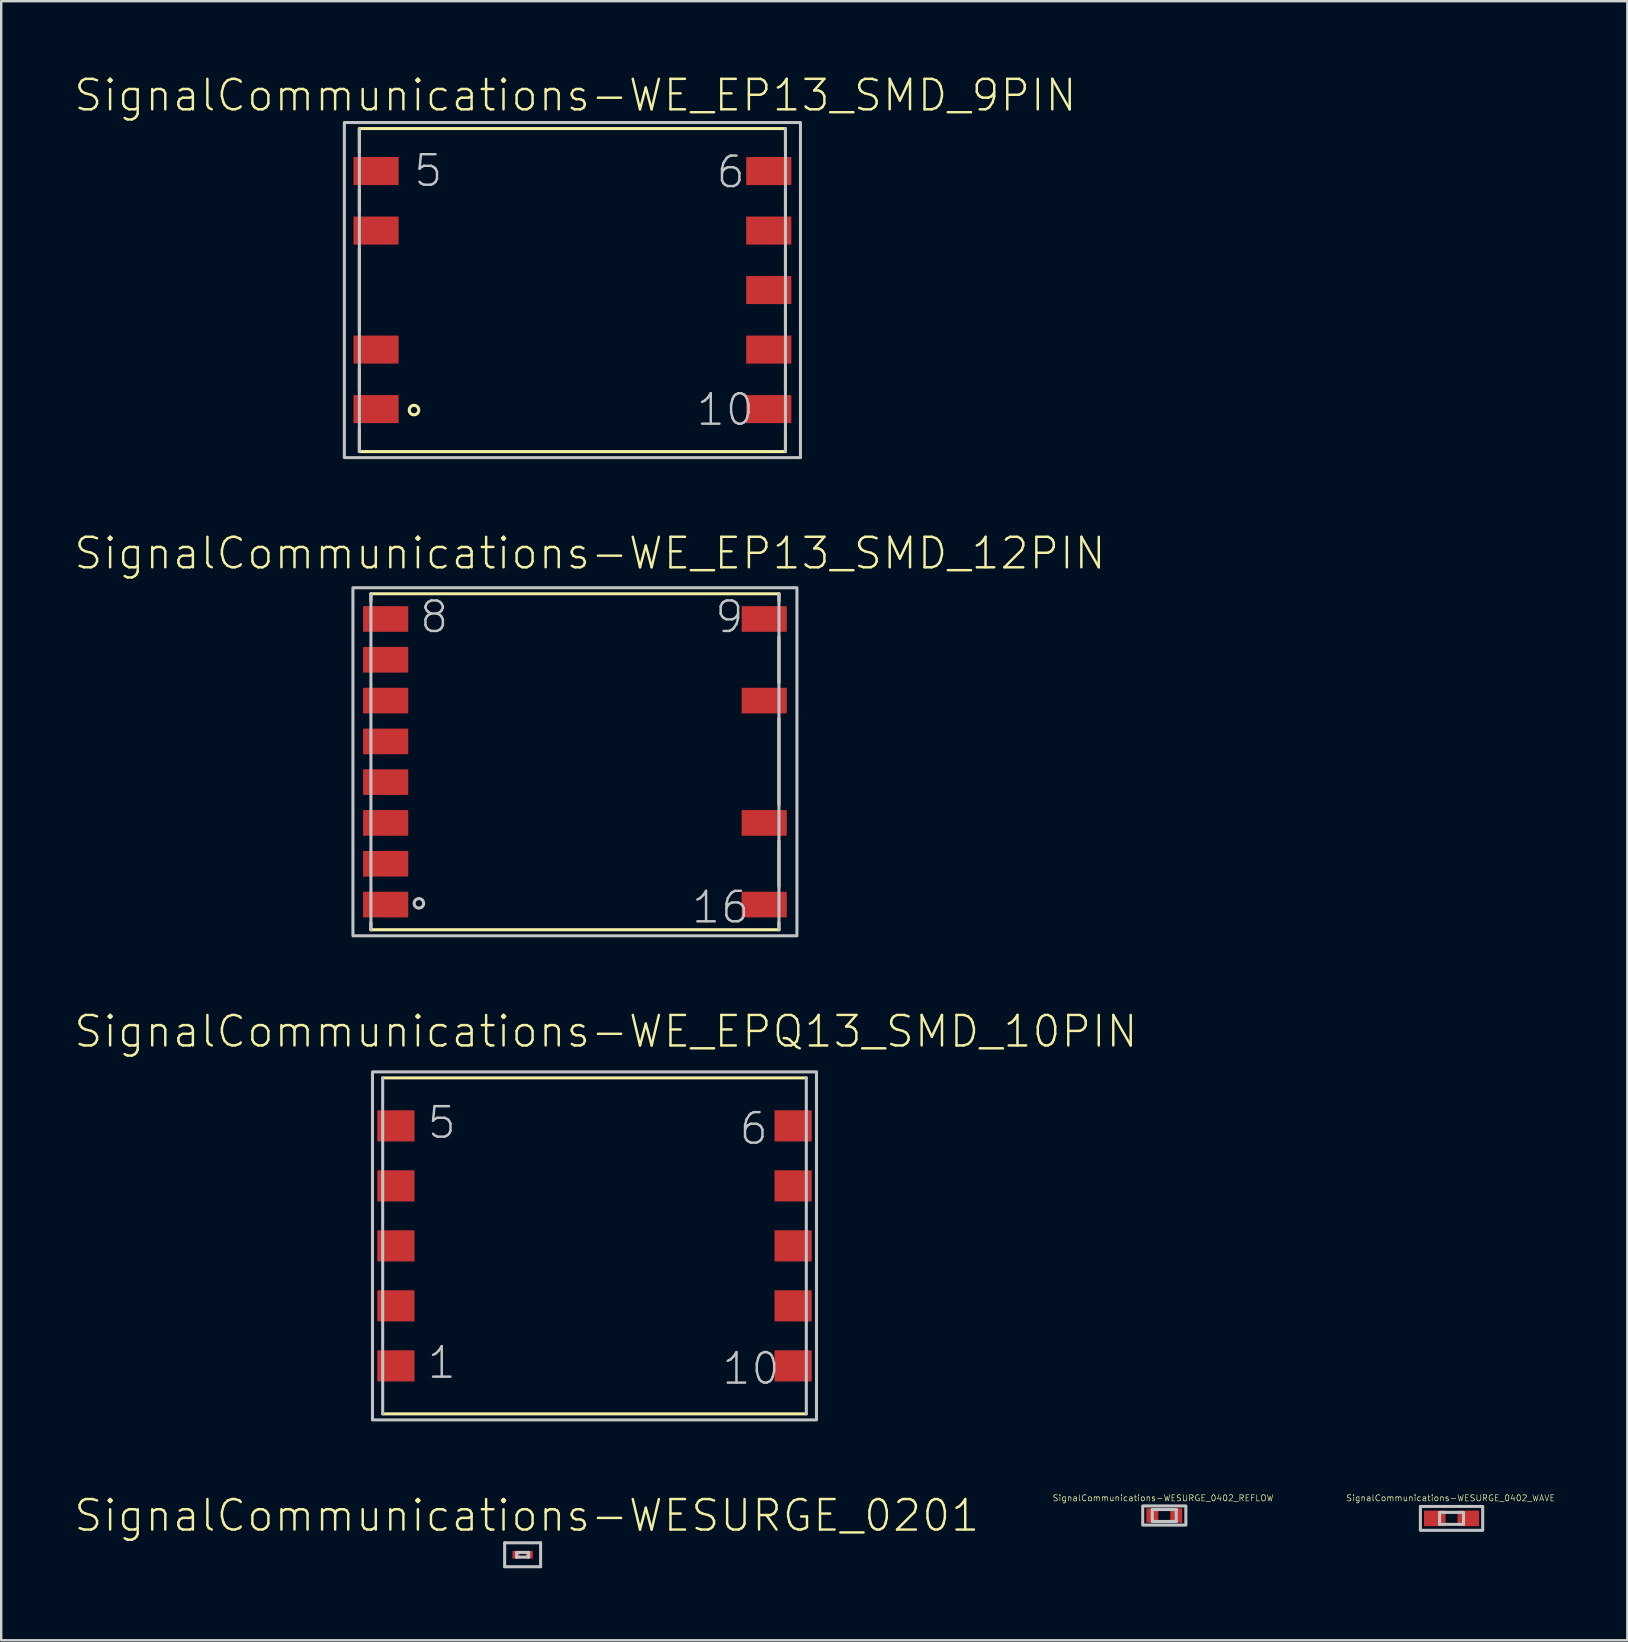
<source format=kicad_pcb>
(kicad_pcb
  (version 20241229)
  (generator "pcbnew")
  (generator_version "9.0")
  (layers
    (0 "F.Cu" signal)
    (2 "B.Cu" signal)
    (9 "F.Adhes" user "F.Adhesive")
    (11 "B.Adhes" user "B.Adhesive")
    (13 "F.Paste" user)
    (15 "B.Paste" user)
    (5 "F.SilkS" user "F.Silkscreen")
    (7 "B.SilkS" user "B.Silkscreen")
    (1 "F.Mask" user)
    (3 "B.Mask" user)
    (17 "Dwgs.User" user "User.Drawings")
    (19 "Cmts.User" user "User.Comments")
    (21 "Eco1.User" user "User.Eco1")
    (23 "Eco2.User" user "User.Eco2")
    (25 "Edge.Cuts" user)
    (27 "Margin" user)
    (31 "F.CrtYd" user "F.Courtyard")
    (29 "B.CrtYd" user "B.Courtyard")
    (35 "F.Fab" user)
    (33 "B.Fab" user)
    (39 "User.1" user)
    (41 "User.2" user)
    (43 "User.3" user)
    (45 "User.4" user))
  (footprint "SignalCommunications-WESURGE_0402_WAVE"
    (layer "F.Cu")
    (at 57.417 60.202)
    (property "Reference" "SignalCommunications-WESURGE_0402_WAVE" (at -0.038 -0.846 0) (layer "F.SilkS") (effects (font (size 0.254 0.254) (thickness 0.025))))
    (attr smd)
    (fp_line (start -0.498 -0.249) (end -0.498 0.249) (stroke (width 0.127) (type solid)) (layer "Dwgs.User"))
    (fp_line (start -0.498 -0.249) (end 0.498 -0.249) (stroke (width 0.127) (type solid)) (layer "Dwgs.User"))
    (fp_line (start -0.498 0.249) (end 0.498 0.249) (stroke (width 0.127) (type solid)) (layer "Dwgs.User"))
    (fp_line (start 0.498 -0.249) (end 0.498 0.249) (stroke (width 0.127) (type solid)) (layer "Dwgs.User"))
    (fp_poly (pts (xy -1.298 -0.498) (xy 1.298 -0.498) (xy 1.298 0.498) (xy -1.298 0.498) (xy -1.298 -0.498)) (stroke (width 0.127) (type solid)) (fill no) (layer "Dwgs.User"))
    (pad "1" smd rect (at -0.699 0) (size 0.899 0.648) (layers "F.Cu" "F.Mask" "F.Paste"))
    (pad "2" smd rect (at 0.699 0) (size 0.899 0.648) (layers "F.Cu" "F.Mask" "F.Paste")))
  (footprint "SignalCommunications-WE_EP13_SMD_9PIN"
    (layer "F.Cu")
    (at 20.795 9.034)
    (property "Reference" "SignalCommunications-WE_EP13_SMD_9PIN" (at 0.124 -8.113 0) (layer "F.SilkS") (effects (font (size 1.27 1.27) (thickness 0.102))))
    (attr smd)
    (fp_line (start -8.875 -6.728) (end 8.875 -6.728) (stroke (width 0.127) (type solid)) (layer "F.SilkS"))
    (fp_line (start -8.875 -5.738) (end -8.875 -6.728) (stroke (width 0.127) (type solid)) (layer "F.SilkS"))
    (fp_line (start -8.875 -3.239) (end -8.875 -4.199) (stroke (width 0.127) (type solid)) (layer "F.SilkS"))
    (fp_line (start -8.875 -1.709) (end -8.875 1.699) (stroke (width 0.127) (type solid)) (layer "F.SilkS"))
    (fp_line (start -8.875 3.269) (end -8.875 4.188) (stroke (width 0.127) (type solid)) (layer "F.SilkS"))
    (fp_line (start -8.875 5.789) (end -8.875 6.708) (stroke (width 0.127) (type solid)) (layer "F.SilkS"))
    (fp_line (start -8.875 6.728) (end 8.875 6.728) (stroke (width 0.127) (type solid)) (layer "F.SilkS"))
    (fp_line (start 8.875 -5.748) (end 8.875 -6.708) (stroke (width 0.127) (type solid)) (layer "F.SilkS"))
    (fp_line (start 8.875 -3.228) (end 8.875 -4.188) (stroke (width 0.127) (type solid)) (layer "F.SilkS"))
    (fp_line (start 8.875 -0.759) (end 8.875 -1.72) (stroke (width 0.127) (type solid)) (layer "F.SilkS"))
    (fp_line (start 8.875 0.759) (end 8.875 1.679) (stroke (width 0.127) (type solid)) (layer "F.SilkS"))
    (fp_line (start 8.875 3.249) (end 8.875 4.168) (stroke (width 0.127) (type solid)) (layer "F.SilkS"))
    (fp_line (start 8.875 5.779) (end 8.875 6.728) (stroke (width 0.127) (type solid)) (layer "F.SilkS"))
    (fp_circle (center -6.599 4.999) (end -6.599 4.801) (stroke (width 0.127) (type solid)) (fill no) (layer "F.SilkS"))
    (fp_line (start -8.875 -6.728) (end -8.875 6.728) (stroke (width 0.127) (type solid)) (layer "Dwgs.User"))
    (fp_line (start 8.875 -6.728) (end 8.875 6.728) (stroke (width 0.127) (type solid)) (layer "Dwgs.User"))
    (fp_poly (pts (xy -9.5 -6.98) (xy 9.5 -6.98) (xy 9.5 6.98) (xy -9.5 6.98) (xy -9.5 -6.98)) (stroke (width 0.127) (type solid)) (fill no) (layer "Dwgs.User"))
    (fp_text user "6" (at 6.594 -4.915 0) (layer "Dwgs.User") (effects (font (size 1.27 1.27) (thickness 0.102))))
    (fp_text user "5" (at -6.005 -4.973 0) (layer "Dwgs.User") (effects (font (size 1.27 1.27) (thickness 0.102))))
    (fp_text user "10" (at 6.368 4.983 0) (layer "Dwgs.User") (effects (font (size 1.27 1.27) (thickness 0.102))))
    (pad "1" smd rect (at -8.179 4.958) (size 1.88 1.168) (layers "F.Cu" "F.Mask" "F.Paste"))
    (pad "2" smd rect (at -8.179 2.479) (size 1.88 1.168) (layers "F.Cu" "F.Mask" "F.Paste"))
    (pad "4" smd rect (at -8.179 -2.479) (size 1.88 1.168) (layers "F.Cu" "F.Mask" "F.Paste"))
    (pad "5" smd rect (at -8.179 -4.958) (size 1.88 1.168) (layers "F.Cu" "F.Mask" "F.Paste"))
    (pad "6" smd rect (at 8.179 -4.958) (size 1.88 1.168) (layers "F.Cu" "F.Mask" "F.Paste"))
    (pad "7" smd rect (at 8.179 -2.479) (size 1.88 1.168) (layers "F.Cu" "F.Mask" "F.Paste"))
    (pad "8" smd rect (at 8.179 0) (size 1.88 1.168) (layers "F.Cu" "F.Mask" "F.Paste"))
    (pad "9" smd rect (at 8.179 2.479) (size 1.88 1.168) (layers "F.Cu" "F.Mask" "F.Paste"))
    (pad "10" smd rect (at 8.179 4.958) (size 1.88 1.168) (layers "F.Cu" "F.Mask" "F.Paste")))
  (footprint "SignalCommunications-WESURGE_0402_REFLOW"
    (layer "F.Cu")
    (at 45.451 60.082)
    (property "Reference" "SignalCommunications-WESURGE_0402_REFLOW" (at -0.048 -0.726 0) (layer "F.SilkS") (effects (font (size 0.254 0.254) (thickness 0.025))))
    (attr smd)
    (fp_line (start -0.498 -0.249) (end -0.498 0.249) (stroke (width 0.127) (type solid)) (layer "Dwgs.User"))
    (fp_line (start -0.498 -0.249) (end 0.498 -0.249) (stroke (width 0.127) (type solid)) (layer "Dwgs.User"))
    (fp_line (start -0.498 0.249) (end 0.498 0.249) (stroke (width 0.127) (type solid)) (layer "Dwgs.User"))
    (fp_line (start 0.498 -0.249) (end 0.498 0.249) (stroke (width 0.127) (type solid)) (layer "Dwgs.User"))
    (fp_poly (pts (xy -0.899 -0.399) (xy 0.899 -0.399) (xy 0.899 0.399) (xy -0.899 0.399) (xy -0.899 -0.399)) (stroke (width 0.127) (type solid)) (fill no) (layer "Dwgs.User"))
    (pad "1" smd rect (at -0.498 0) (size 0.498 0.599) (layers "F.Cu" "F.Mask" "F.Paste"))
    (pad "2" smd rect (at 0.498 0) (size 0.498 0.599) (layers "F.Cu" "F.Mask" "F.Paste")))
  (footprint "SignalCommunications-WESURGE_0201"
    (layer "F.Cu")
    (at 18.721 61.717)
    (property "Reference" "SignalCommunications-WESURGE_0201" (at 0.173 -1.633 0) (layer "F.SilkS") (effects (font (size 1.27 1.27) (thickness 0.102))))
    (attr smd)
    (fp_line (start -0.749 -0.498) (end 0.749 -0.498) (stroke (width 0.127) (type solid)) (layer "Dwgs.User"))
    (fp_line (start -0.749 0.498) (end -0.749 -0.498) (stroke (width 0.127) (type solid)) (layer "Dwgs.User"))
    (fp_line (start -0.249 -0.099) (end -0.249 0.099) (stroke (width 0.127) (type solid)) (layer "Dwgs.User"))
    (fp_line (start -0.249 -0.099) (end 0.249 -0.099) (stroke (width 0.127) (type solid)) (layer "Dwgs.User"))
    (fp_line (start -0.249 0.099) (end 0.249 0.099) (stroke (width 0.127) (type solid)) (layer "Dwgs.User"))
    (fp_line (start 0.249 -0.099) (end 0.249 0.099) (stroke (width 0.127) (type solid)) (layer "Dwgs.User"))
    (fp_line (start 0.749 -0.498) (end 0.749 0.498) (stroke (width 0.127) (type solid)) (layer "Dwgs.User"))
    (fp_line (start 0.749 0.498) (end -0.749 0.498) (stroke (width 0.127) (type solid)) (layer "Dwgs.User"))
    (pad "1" smd rect (at -0.274 0) (size 0.3 0.318) (layers "F.Cu" "F.Mask" "F.Paste"))
    (pad "2" smd rect (at 0.274 0) (size 0.3 0.318) (layers "F.Cu" "F.Mask" "F.Paste")))
  (footprint "SignalCommunications-WE_EP13_SMD_12PIN"
    (layer "F.Cu")
    (at 20.9 28.683)
    (property "Reference" "SignalCommunications-WE_EP13_SMD_12PIN" (at 0.625 -8.684 0) (layer "F.SilkS") (effects (font (size 1.27 1.27) (thickness 0.102))))
    (attr smd)
    (fp_line (start -8.499 -6.998) (end 8.499 -6.998) (stroke (width 0.127) (type solid)) (layer "F.SilkS"))
    (fp_line (start -8.499 -6.698) (end -8.499 -6.998) (stroke (width 0.127) (type solid)) (layer "F.SilkS"))
    (fp_line (start -8.499 6.998) (end -8.499 6.698) (stroke (width 0.127) (type solid)) (layer "F.SilkS"))
    (fp_line (start -8.499 6.998) (end 8.499 6.998) (stroke (width 0.127) (type solid)) (layer "F.SilkS"))
    (fp_line (start 8.499 -6.698) (end 8.499 -6.998) (stroke (width 0.127) (type solid)) (layer "F.SilkS"))
    (fp_line (start 8.499 -5.199) (end 8.499 -3.299) (stroke (width 0.127) (type solid)) (layer "F.SilkS"))
    (fp_line (start 8.499 -1.798) (end 8.499 1.798) (stroke (width 0.127) (type solid)) (layer "F.SilkS"))
    (fp_line (start 8.499 3.299) (end 8.499 5.199) (stroke (width 0.127) (type solid)) (layer "F.SilkS"))
    (fp_line (start 8.499 6.998) (end 8.499 6.698) (stroke (width 0.127) (type solid)) (layer "F.SilkS"))
    (fp_line (start -8.499 -6.998) (end -8.499 6.998) (stroke (width 0.127) (type solid)) (layer "Dwgs.User"))
    (fp_line (start 8.499 -6.998) (end 8.499 6.998) (stroke (width 0.127) (type solid)) (layer "Dwgs.User"))
    (fp_circle (center -6.5 5.898) (end -6.5 5.7) (stroke (width 0.127) (type solid)) (fill no) (layer "Dwgs.User"))
    (fp_poly (pts (xy -9.248 -7.249) (xy 9.248 -7.249) (xy 9.248 7.249) (xy -9.248 7.249) (xy -9.248 -7.249)) (stroke (width 0.127) (type solid)) (fill no) (layer "Dwgs.User"))
    (fp_text user "8" (at -5.865 -6.032 0) (layer "Dwgs.User") (effects (font (size 1.27 1.27) (thickness 0.102))))
    (fp_text user "9" (at 6.434 -6.032 0) (layer "Dwgs.User") (effects (font (size 1.27 1.27) (thickness 0.102))))
    (fp_text user "16" (at 6.068 6.063 0) (layer "Dwgs.User") (effects (font (size 1.27 1.27) (thickness 0.102))))
    (pad "1" smd rect (at -7.884 5.949) (size 1.88 1.069) (layers "F.Cu" "F.Mask" "F.Paste"))
    (pad "2" smd rect (at -7.884 4.249) (size 1.88 1.069) (layers "F.Cu" "F.Mask" "F.Paste"))
    (pad "3" smd rect (at -7.884 2.548) (size 1.88 1.069) (layers "F.Cu" "F.Mask" "F.Paste"))
    (pad "4" smd rect (at -7.884 0.848) (size 1.88 1.069) (layers "F.Cu" "F.Mask" "F.Paste"))
    (pad "5" smd rect (at -7.884 -0.848) (size 1.88 1.069) (layers "F.Cu" "F.Mask" "F.Paste"))
    (pad "6" smd rect (at -7.884 -2.548) (size 1.88 1.069) (layers "F.Cu" "F.Mask" "F.Paste"))
    (pad "7" smd rect (at -7.884 -4.249) (size 1.88 1.069) (layers "F.Cu" "F.Mask" "F.Paste"))
    (pad "8" smd rect (at -7.884 -5.949) (size 1.88 1.069) (layers "F.Cu" "F.Mask" "F.Paste"))
    (pad "9" smd rect (at 7.884 -5.949) (size 1.88 1.069) (layers "F.Cu" "F.Mask" "F.Paste"))
    (pad "11" smd rect (at 7.884 -2.548) (size 1.88 1.069) (layers "F.Cu" "F.Mask" "F.Paste"))
    (pad "14" smd rect (at 7.884 2.548) (size 1.88 1.069) (layers "F.Cu" "F.Mask" "F.Paste"))
    (pad "16" smd rect (at 7.884 5.949) (size 1.88 1.069) (layers "F.Cu" "F.Mask" "F.Paste")))
  (footprint "SignalCommunications-WE_EPQ13_SMD_10PIN"
    (layer "F.Cu")
    (at 21.715 48.85)
    (property "Reference" "SignalCommunications-WE_EPQ13_SMD_10PIN" (at 0.475 -8.933 0) (layer "F.SilkS") (effects (font (size 1.27 1.27) (thickness 0.102))))
    (attr smd)
    (fp_line (start -8.824 -6.998) (end 8.824 -6.998) (stroke (width 0.127) (type solid)) (layer "F.SilkS"))
    (fp_line (start 8.824 6.998) (end -8.824 6.998) (stroke (width 0.127) (type solid)) (layer "F.SilkS"))
    (fp_line (start -8.824 6.998) (end -8.824 -6.998) (stroke (width 0.127) (type solid)) (layer "Dwgs.User"))
    (fp_line (start 8.824 -6.998) (end 8.824 6.998) (stroke (width 0.127) (type solid)) (layer "Dwgs.User"))
    (fp_poly (pts (xy -9.248 -7.249) (xy 9.248 -7.249) (xy 9.248 7.249) (xy -9.248 7.249) (xy -9.248 -7.249)) (stroke (width 0.127) (type solid)) (fill no) (layer "Dwgs.User"))
    (fp_text user "6" (at 6.634 -4.884 0) (layer "Dwgs.User") (effects (font (size 1.27 1.27) (thickness 0.102))))
    (fp_text user "1" (at -6.363 4.864 0) (layer "Dwgs.User") (effects (font (size 1.27 1.27) (thickness 0.102))))
    (fp_text user "5" (at -6.363 -5.133 0) (layer "Dwgs.User") (effects (font (size 1.27 1.27) (thickness 0.102))))
    (fp_text user "10" (at 6.518 5.113 0) (layer "Dwgs.User") (effects (font (size 1.27 1.27) (thickness 0.102))))
    (pad "1" smd rect (at -8.273 4.999 90) (size 1.298 1.549) (layers "F.Cu" "F.Mask" "F.Paste"))
    (pad "2" smd rect (at -8.273 2.499 90) (size 1.298 1.549) (layers "F.Cu" "F.Mask" "F.Paste"))
    (pad "3" smd rect (at -8.273 0 90) (size 1.298 1.549) (layers "F.Cu" "F.Mask" "F.Paste"))
    (pad "4" smd rect (at -8.273 -2.499 90) (size 1.298 1.549) (layers "F.Cu" "F.Mask" "F.Paste"))
    (pad "5" smd rect (at -8.273 -4.999 90) (size 1.298 1.549) (layers "F.Cu" "F.Mask" "F.Paste"))
    (pad "6" smd rect (at 8.273 -4.999 90) (size 1.298 1.549) (layers "F.Cu" "F.Mask" "F.Paste"))
    (pad "7" smd rect (at 8.273 -2.499 90) (size 1.298 1.549) (layers "F.Cu" "F.Mask" "F.Paste"))
    (pad "8" smd rect (at 8.273 0 90) (size 1.298 1.549) (layers "F.Cu" "F.Mask" "F.Paste"))
    (pad "9" smd rect (at 8.273 2.499 90) (size 1.298 1.549) (layers "F.Cu" "F.Mask" "F.Paste"))
    (pad "10" smd rect (at 8.273 4.999 90) (size 1.298 1.549) (layers "F.Cu" "F.Mask" "F.Paste")))
  (gr_rect
    (start -3 -3)
    (end 64.74 65.279)
    (stroke (width 0.1) (type default))
    (fill no)
    (layer "Edge.Cuts")))
</source>
